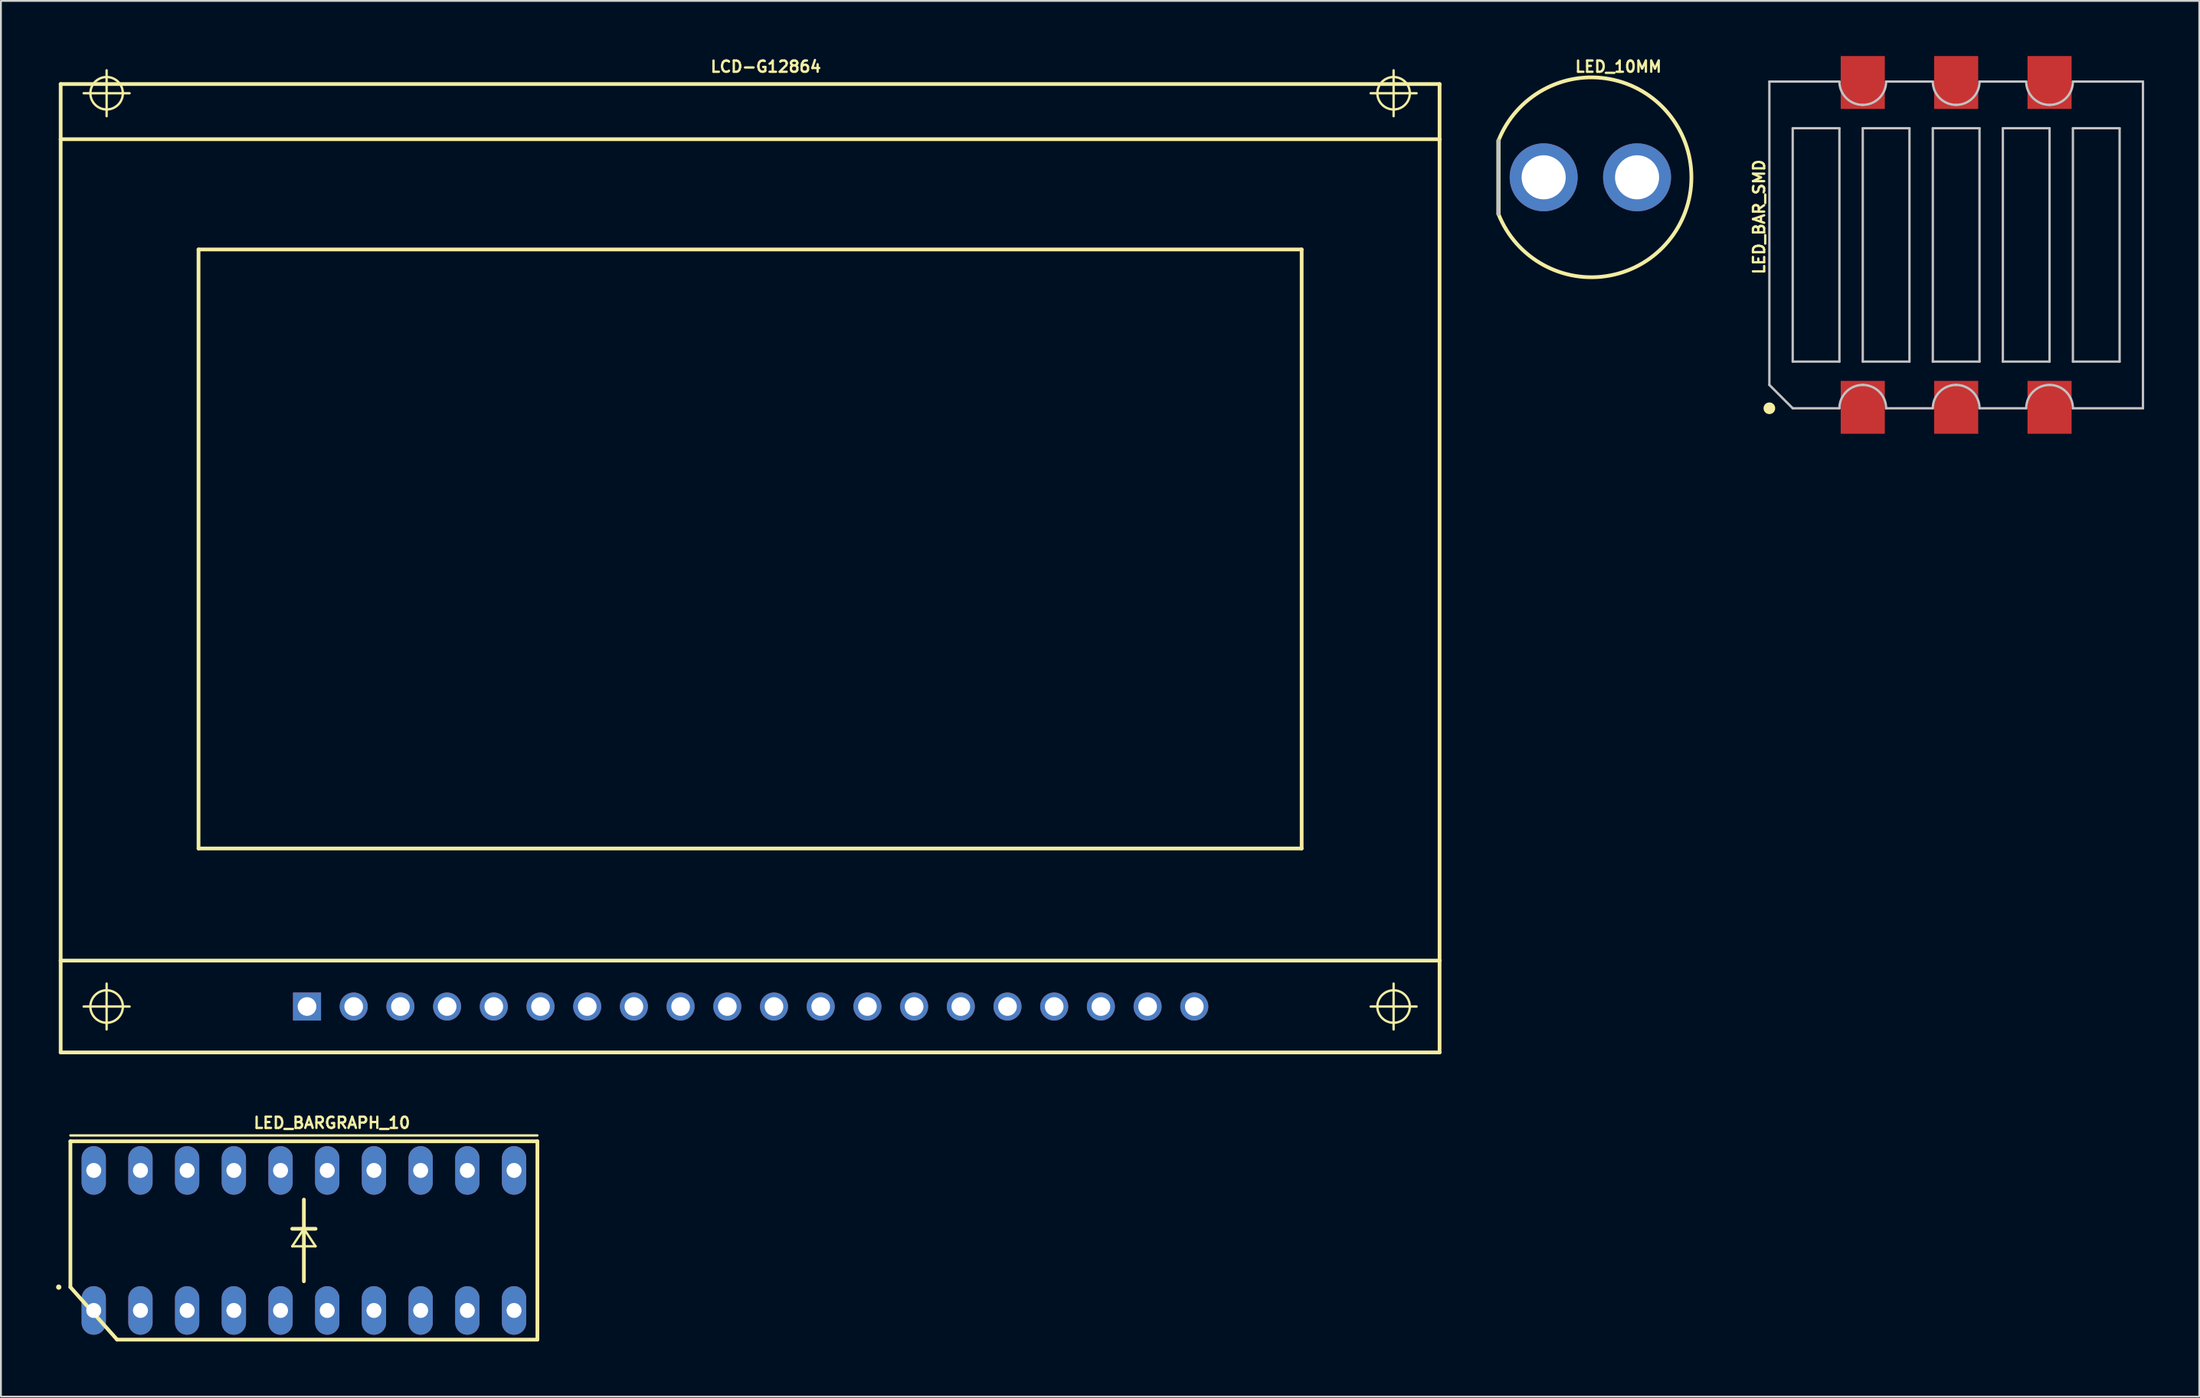
<source format=kicad_pcb>
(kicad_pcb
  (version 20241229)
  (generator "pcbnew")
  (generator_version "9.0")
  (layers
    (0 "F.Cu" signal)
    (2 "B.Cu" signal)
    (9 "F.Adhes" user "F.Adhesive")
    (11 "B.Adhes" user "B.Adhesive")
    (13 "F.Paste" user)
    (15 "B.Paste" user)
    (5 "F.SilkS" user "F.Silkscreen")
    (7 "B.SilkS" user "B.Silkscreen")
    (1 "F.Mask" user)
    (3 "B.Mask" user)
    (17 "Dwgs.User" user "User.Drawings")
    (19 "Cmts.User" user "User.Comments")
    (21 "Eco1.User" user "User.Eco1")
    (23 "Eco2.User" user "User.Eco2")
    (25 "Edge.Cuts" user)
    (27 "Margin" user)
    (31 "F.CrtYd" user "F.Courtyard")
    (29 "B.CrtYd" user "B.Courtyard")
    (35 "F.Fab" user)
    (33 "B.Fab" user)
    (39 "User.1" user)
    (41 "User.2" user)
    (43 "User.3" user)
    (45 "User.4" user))
  (footprint "LED_10MM"
    (layer "F.Cu")
    (at 83.451 6.599)
    (property "Reference" "LED_10MM" (at 1.524 -6.02 0) (layer "F.SilkS") (effects (font (size 0.61 0.61) (thickness 0.127))))
    (attr exclude_from_pos_files exclude_from_bom)
    (fp_line (start -4.999 -1.999) (end -4.999 1.999) (stroke (width 0.203) (type solid)) (layer "F.SilkS"))
    (fp_line (start -4.999 -1.999) (end -4.999 1.999) (stroke (width 0.203) (type solid)) (layer "F.SilkS"))
    (fp_arc (start -4.99872 -1.99898) (mid 5.496303 -0.003053) (end -4.996472 2.004657) (stroke (width 0.2032) (type solid)) (layer "F.SilkS"))
    (fp_line (start -4.999 -1.999) (end -4.999 1.999) (stroke (width 0.203) (type solid)) (layer "Dwgs.User"))
    (pad "A" thru_hole circle (at 2.54 0) (size 3.698 3.698) (drill 2.398) (layers "*.Cu" "*.Paste" "*.Mask"))
    (pad "C" thru_hole circle (at -2.54 0) (size 3.698 3.698) (drill 2.398) (layers "*.Cu" "*.Paste" "*.Mask")))
  (footprint "LCD-G12864"
    (layer "F.Cu")
    (at 0.25 54.224)
    (property "Reference" "LCD-G12864" (at 38.354 -53.645 0) (layer "F.SilkS") (effects (font (size 0.61 0.61) (thickness 0.127))))
    (attr exclude_from_pos_files exclude_from_bom)
    (fp_line (start 0 -52.7) (end 74.999 -52.7) (stroke (width 0.203) (type solid)) (layer "F.SilkS"))
    (fp_line (start 0 -49.698) (end 0 -52.7) (stroke (width 0.203) (type solid)) (layer "F.SilkS"))
    (fp_line (start 0 -49.698) (end 74.999 -49.698) (stroke (width 0.203) (type solid)) (layer "F.SilkS"))
    (fp_line (start 0 -4.999) (end 0 -49.698) (stroke (width 0.203) (type solid)) (layer "F.SilkS"))
    (fp_line (start 0 0) (end 0 -4.999) (stroke (width 0.203) (type solid)) (layer "F.SilkS"))
    (fp_line (start 1.25 -52.2) (end 3.749 -52.2) (stroke (width 0.127) (type solid)) (layer "F.SilkS"))
    (fp_line (start 1.25 -2.499) (end 3.749 -2.499) (stroke (width 0.127) (type solid)) (layer "F.SilkS"))
    (fp_line (start 2.499 -50.95) (end 2.499 -53.449) (stroke (width 0.127) (type solid)) (layer "F.SilkS"))
    (fp_line (start 2.499 -1.25) (end 2.499 -3.749) (stroke (width 0.127) (type solid)) (layer "F.SilkS"))
    (fp_line (start 7.498 -43.698) (end 67.498 -43.698) (stroke (width 0.203) (type solid)) (layer "F.SilkS"))
    (fp_line (start 7.498 -11.1) (end 7.498 -43.698) (stroke (width 0.203) (type solid)) (layer "F.SilkS"))
    (fp_line (start 67.498 -43.698) (end 67.498 -11.1) (stroke (width 0.203) (type solid)) (layer "F.SilkS"))
    (fp_line (start 67.498 -11.1) (end 7.498 -11.1) (stroke (width 0.203) (type solid)) (layer "F.SilkS"))
    (fp_line (start 71.25 -52.2) (end 73.749 -52.2) (stroke (width 0.127) (type solid)) (layer "F.SilkS"))
    (fp_line (start 71.25 -2.499) (end 73.749 -2.499) (stroke (width 0.127) (type solid)) (layer "F.SilkS"))
    (fp_line (start 72.499 -50.95) (end 72.499 -53.449) (stroke (width 0.127) (type solid)) (layer "F.SilkS"))
    (fp_line (start 72.499 -1.25) (end 72.499 -3.749) (stroke (width 0.127) (type solid)) (layer "F.SilkS"))
    (fp_line (start 74.999 -52.7) (end 74.999 -49.698) (stroke (width 0.203) (type solid)) (layer "F.SilkS"))
    (fp_line (start 74.999 -49.698) (end 74.999 -4.999) (stroke (width 0.203) (type solid)) (layer "F.SilkS"))
    (fp_line (start 74.999 -4.999) (end 0 -4.999) (stroke (width 0.203) (type solid)) (layer "F.SilkS"))
    (fp_line (start 74.999 -4.999) (end 74.999 0) (stroke (width 0.203) (type solid)) (layer "F.SilkS"))
    (fp_line (start 74.999 0) (end 0 0) (stroke (width 0.203) (type solid)) (layer "F.SilkS"))
    (fp_circle (center 2.499 -52.2) (end 3.124 -52.824) (stroke (width 0.127) (type solid)) (fill no) (layer "F.SilkS"))
    (fp_circle (center 2.499 -2.499) (end 3.124 -3.124) (stroke (width 0.127) (type solid)) (fill no) (layer "F.SilkS"))
    (fp_circle (center 72.499 -52.2) (end 73.124 -52.824) (stroke (width 0.127) (type solid)) (fill no) (layer "F.SilkS"))
    (fp_circle (center 72.499 -2.499) (end 73.124 -3.124) (stroke (width 0.127) (type solid)) (fill no) (layer "F.SilkS"))
    (pad "1" thru_hole rect (at 13.399 -2.499) (size 1.524 1.524) (drill 1.016) (layers "*.Cu" "*.Paste" "*.Mask"))
    (pad "2" thru_hole circle (at 15.938 -2.499) (size 1.524 1.524) (drill 1.016) (layers "*.Cu" "*.Paste" "*.Mask"))
    (pad "3" thru_hole circle (at 18.479 -2.499) (size 1.524 1.524) (drill 1.016) (layers "*.Cu" "*.Paste" "*.Mask"))
    (pad "4" thru_hole circle (at 21.018 -2.499) (size 1.524 1.524) (drill 1.016) (layers "*.Cu" "*.Paste" "*.Mask"))
    (pad "5" thru_hole circle (at 23.558 -2.499) (size 1.524 1.524) (drill 1.016) (layers "*.Cu" "*.Paste" "*.Mask"))
    (pad "6" thru_hole circle (at 26.099 -2.499) (size 1.524 1.524) (drill 1.016) (layers "*.Cu" "*.Paste" "*.Mask"))
    (pad "7" thru_hole circle (at 28.639 -2.499) (size 1.524 1.524) (drill 1.016) (layers "*.Cu" "*.Paste" "*.Mask"))
    (pad "8" thru_hole circle (at 31.178 -2.499) (size 1.524 1.524) (drill 1.016) (layers "*.Cu" "*.Paste" "*.Mask"))
    (pad "9" thru_hole circle (at 33.718 -2.499) (size 1.524 1.524) (drill 1.016) (layers "*.Cu" "*.Paste" "*.Mask"))
    (pad "10" thru_hole circle (at 36.258 -2.499) (size 1.524 1.524) (drill 1.016) (layers "*.Cu" "*.Paste" "*.Mask"))
    (pad "11" thru_hole circle (at 38.798 -2.499) (size 1.524 1.524) (drill 1.016) (layers "*.Cu" "*.Paste" "*.Mask"))
    (pad "12" thru_hole circle (at 41.339 -2.499) (size 1.524 1.524) (drill 1.016) (layers "*.Cu" "*.Paste" "*.Mask"))
    (pad "13" thru_hole circle (at 43.879 -2.499) (size 1.524 1.524) (drill 1.016) (layers "*.Cu" "*.Paste" "*.Mask"))
    (pad "14" thru_hole circle (at 46.419 -2.499) (size 1.524 1.524) (drill 1.016) (layers "*.Cu" "*.Paste" "*.Mask"))
    (pad "15" thru_hole circle (at 48.959 -2.499) (size 1.524 1.524) (drill 1.016) (layers "*.Cu" "*.Paste" "*.Mask"))
    (pad "16" thru_hole circle (at 51.498 -2.499) (size 1.524 1.524) (drill 1.016) (layers "*.Cu" "*.Paste" "*.Mask"))
    (pad "17" thru_hole circle (at 54.038 -2.499) (size 1.524 1.524) (drill 1.016) (layers "*.Cu" "*.Paste" "*.Mask"))
    (pad "18" thru_hole circle (at 56.578 -2.499) (size 1.524 1.524) (drill 1.016) (layers "*.Cu" "*.Paste" "*.Mask"))
    (pad "19" thru_hole circle (at 59.118 -2.499) (size 1.524 1.524) (drill 1.016) (layers "*.Cu" "*.Paste" "*.Mask"))
    (pad "20" thru_hole circle (at 61.658 -2.499) (size 1.524 1.524) (drill 1.016) (layers "*.Cu" "*.Paste" "*.Mask")))
  (footprint "LED_BARGRAPH_10"
    (layer "F.Cu")
    (at 13.479 64.455)
    (property "Reference" "LED_BARGRAPH_10" (at 1.524 -6.401 0) (layer "F.SilkS") (effects (font (size 0.61 0.61) (thickness 0.127))))
    (attr exclude_from_pos_files exclude_from_bom)
    (fp_line (start -12.7 -5.715) (end 12.7 -5.715) (stroke (width 0.127) (type solid)) (layer "F.SilkS"))
    (fp_line (start -12.7 2.54) (end -12.7 -5.397) (stroke (width 0.203) (type solid)) (layer "F.SilkS"))
    (fp_line (start -10.16 5.397) (end -12.7 2.54) (stroke (width 0.203) (type solid)) (layer "F.SilkS"))
    (fp_line (start -10.16 5.397) (end 12.7 5.397) (stroke (width 0.203) (type solid)) (layer "F.SilkS"))
    (fp_line (start -0.635 -0.635) (end 0.635 -0.635) (stroke (width 0.203) (type solid)) (layer "F.SilkS"))
    (fp_line (start -0.635 0.318) (end 0.635 0.318) (stroke (width 0.127) (type solid)) (layer "F.SilkS"))
    (fp_line (start 0 -0.635) (end -0.635 0.318) (stroke (width 0.127) (type solid)) (layer "F.SilkS"))
    (fp_line (start 0 2.223) (end 0 -2.223) (stroke (width 0.203) (type solid)) (layer "F.SilkS"))
    (fp_line (start 0.635 0.318) (end 0 -0.635) (stroke (width 0.127) (type solid)) (layer "F.SilkS"))
    (fp_line (start 12.7 -5.397) (end -12.7 -5.397) (stroke (width 0.203) (type solid)) (layer "F.SilkS"))
    (fp_line (start 12.7 -5.397) (end 12.7 5.397) (stroke (width 0.203) (type solid)) (layer "F.SilkS"))
    (fp_circle (center -13.335 2.54) (end -13.437 2.642) (stroke (width 0) (type solid)) (fill yes) (layer "F.SilkS"))
    (pad "1" thru_hole oval (at -11.43 3.81 180) (size 1.321 2.642) (drill 0.813) (layers "*.Cu" "*.Paste" "*.Mask"))
    (pad "2" thru_hole oval (at -8.89 3.81 180) (size 1.321 2.642) (drill 0.813) (layers "*.Cu" "*.Paste" "*.Mask"))
    (pad "3" thru_hole oval (at -6.35 3.81 180) (size 1.321 2.642) (drill 0.813) (layers "*.Cu" "*.Paste" "*.Mask"))
    (pad "4" thru_hole oval (at -3.81 3.81 180) (size 1.321 2.642) (drill 0.813) (layers "*.Cu" "*.Paste" "*.Mask"))
    (pad "5" thru_hole oval (at -1.27 3.81 180) (size 1.321 2.642) (drill 0.813) (layers "*.Cu" "*.Paste" "*.Mask"))
    (pad "6" thru_hole oval (at 1.27 3.81 180) (size 1.321 2.642) (drill 0.813) (layers "*.Cu" "*.Paste" "*.Mask"))
    (pad "7" thru_hole oval (at 3.81 3.81 180) (size 1.321 2.642) (drill 0.813) (layers "*.Cu" "*.Paste" "*.Mask"))
    (pad "8" thru_hole oval (at 6.35 3.81 180) (size 1.321 2.642) (drill 0.813) (layers "*.Cu" "*.Paste" "*.Mask"))
    (pad "9" thru_hole oval (at 8.89 3.81 180) (size 1.321 2.642) (drill 0.813) (layers "*.Cu" "*.Paste" "*.Mask"))
    (pad "10" thru_hole oval (at 11.43 3.81 180) (size 1.321 2.642) (drill 0.813) (layers "*.Cu" "*.Paste" "*.Mask"))
    (pad "11" thru_hole oval (at 11.43 -3.81 180) (size 1.321 2.642) (drill 0.813) (layers "*.Cu" "*.Paste" "*.Mask"))
    (pad "12" thru_hole oval (at 8.89 -3.81 180) (size 1.321 2.642) (drill 0.813) (layers "*.Cu" "*.Paste" "*.Mask"))
    (pad "13" thru_hole oval (at 6.35 -3.81 180) (size 1.321 2.642) (drill 0.813) (layers "*.Cu" "*.Paste" "*.Mask"))
    (pad "14" thru_hole oval (at 3.81 -3.81 180) (size 1.321 2.642) (drill 0.813) (layers "*.Cu" "*.Paste" "*.Mask"))
    (pad "15" thru_hole oval (at 1.27 -3.81 180) (size 1.321 2.642) (drill 0.813) (layers "*.Cu" "*.Paste" "*.Mask"))
    (pad "16" thru_hole oval (at -1.27 -3.81 180) (size 1.321 2.642) (drill 0.813) (layers "*.Cu" "*.Paste" "*.Mask"))
    (pad "17" thru_hole oval (at -3.81 -3.81 180) (size 1.321 2.642) (drill 0.813) (layers "*.Cu" "*.Paste" "*.Mask"))
    (pad "18" thru_hole oval (at -6.35 -3.81 180) (size 1.321 2.642) (drill 0.813) (layers "*.Cu" "*.Paste" "*.Mask"))
    (pad "19" thru_hole oval (at -8.89 -3.81 180) (size 1.321 2.642) (drill 0.813) (layers "*.Cu" "*.Paste" "*.Mask"))
    (pad "20" thru_hole oval (at -11.43 -3.81 180) (size 1.321 2.642) (drill 0.813) (layers "*.Cu" "*.Paste" "*.Mask")))
  (footprint "LED_BAR_SMD"
    (layer "F.Cu")
    (at 103.347 10.278)
    (property "Reference" "LED_BAR_SMD" (at -10.719 -1.524 90) (layer "F.SilkS") (effects (font (size 0.61 0.61) (thickness 0.127))))
    (attr smd)
    (fp_circle (center -10.16 8.89) (end -10.384 9.114) (stroke (width 0) (type solid)) (fill yes) (layer "F.SilkS"))
    (fp_line (start -10.16 -8.89) (end -6.35 -8.89) (stroke (width 0.127) (type solid)) (layer "Dwgs.User"))
    (fp_line (start -10.16 7.62) (end -10.16 -8.89) (stroke (width 0.127) (type solid)) (layer "Dwgs.User"))
    (fp_line (start -10.16 7.62) (end -8.89 8.89) (stroke (width 0.127) (type solid)) (layer "Dwgs.User"))
    (fp_line (start -8.89 -6.35) (end -6.35 -6.35) (stroke (width 0.127) (type solid)) (layer "Dwgs.User"))
    (fp_line (start -8.89 6.35) (end -8.89 -6.35) (stroke (width 0.127) (type solid)) (layer "Dwgs.User"))
    (fp_line (start -8.89 8.89) (end -6.35 8.89) (stroke (width 0.127) (type solid)) (layer "Dwgs.User"))
    (fp_line (start -6.35 -6.35) (end -6.35 6.35) (stroke (width 0.127) (type solid)) (layer "Dwgs.User"))
    (fp_line (start -6.35 6.35) (end -8.89 6.35) (stroke (width 0.127) (type solid)) (layer "Dwgs.User"))
    (fp_line (start -5.08 -6.35) (end -2.54 -6.35) (stroke (width 0.127) (type solid)) (layer "Dwgs.User"))
    (fp_line (start -5.08 6.35) (end -5.08 -6.35) (stroke (width 0.127) (type solid)) (layer "Dwgs.User"))
    (fp_line (start -3.81 -8.89) (end -1.27 -8.89) (stroke (width 0.127) (type solid)) (layer "Dwgs.User"))
    (fp_line (start -3.81 8.89) (end -1.27 8.89) (stroke (width 0.127) (type solid)) (layer "Dwgs.User"))
    (fp_line (start -2.54 -6.35) (end -2.54 6.35) (stroke (width 0.127) (type solid)) (layer "Dwgs.User"))
    (fp_line (start -2.54 6.35) (end -5.08 6.35) (stroke (width 0.127) (type solid)) (layer "Dwgs.User"))
    (fp_line (start -1.27 -6.35) (end 1.27 -6.35) (stroke (width 0.127) (type solid)) (layer "Dwgs.User"))
    (fp_line (start -1.27 6.35) (end -1.27 -6.35) (stroke (width 0.127) (type solid)) (layer "Dwgs.User"))
    (fp_line (start 1.27 -8.89) (end 3.81 -8.89) (stroke (width 0.127) (type solid)) (layer "Dwgs.User"))
    (fp_line (start 1.27 -6.35) (end 1.27 6.35) (stroke (width 0.127) (type solid)) (layer "Dwgs.User"))
    (fp_line (start 1.27 6.35) (end -1.27 6.35) (stroke (width 0.127) (type solid)) (layer "Dwgs.User"))
    (fp_line (start 1.27 8.89) (end 3.81 8.89) (stroke (width 0.127) (type solid)) (layer "Dwgs.User"))
    (fp_line (start 2.54 -6.35) (end 5.08 -6.35) (stroke (width 0.127) (type solid)) (layer "Dwgs.User"))
    (fp_line (start 2.54 6.35) (end 2.54 -6.35) (stroke (width 0.127) (type solid)) (layer "Dwgs.User"))
    (fp_line (start 5.08 -6.35) (end 5.08 6.35) (stroke (width 0.127) (type solid)) (layer "Dwgs.User"))
    (fp_line (start 5.08 6.35) (end 2.54 6.35) (stroke (width 0.127) (type solid)) (layer "Dwgs.User"))
    (fp_line (start 6.35 -8.89) (end 10.16 -8.89) (stroke (width 0.127) (type solid)) (layer "Dwgs.User"))
    (fp_line (start 6.35 -6.35) (end 8.89 -6.35) (stroke (width 0.127) (type solid)) (layer "Dwgs.User"))
    (fp_line (start 6.35 6.35) (end 6.35 -6.35) (stroke (width 0.127) (type solid)) (layer "Dwgs.User"))
    (fp_line (start 6.35 8.89) (end 10.16 8.89) (stroke (width 0.127) (type solid)) (layer "Dwgs.User"))
    (fp_line (start 8.89 -6.35) (end 8.89 6.35) (stroke (width 0.127) (type solid)) (layer "Dwgs.User"))
    (fp_line (start 8.89 6.35) (end 6.35 6.35) (stroke (width 0.127) (type solid)) (layer "Dwgs.User"))
    (fp_line (start 10.16 -8.89) (end 10.16 8.89) (stroke (width 0.127) (type solid)) (layer "Dwgs.User"))
    (fp_arc (start -6.35 8.89) (mid -5.978026 7.991974) (end -5.08 7.62) (stroke (width 0.127) (type solid)) (layer "Dwgs.User"))
    (fp_arc (start -5.08 -7.62) (mid -5.978026 -7.991974) (end -6.35 -8.89) (stroke (width 0.127) (type solid)) (layer "Dwgs.User"))
    (fp_arc (start -5.08 7.62) (mid -4.181974 7.991974) (end -3.81 8.89) (stroke (width 0.127) (type solid)) (layer "Dwgs.User"))
    (fp_arc (start -3.81 -8.89) (mid -4.181974 -7.991974) (end -5.08 -7.62) (stroke (width 0.127) (type solid)) (layer "Dwgs.User"))
    (fp_arc (start -1.27 8.89) (mid -0.898026 7.991974) (end 0 7.62) (stroke (width 0.127) (type solid)) (layer "Dwgs.User"))
    (fp_arc (start 0 -7.62) (mid -0.898026 -7.991974) (end -1.27 -8.89) (stroke (width 0.127) (type solid)) (layer "Dwgs.User"))
    (fp_arc (start 0 7.62) (mid 0.898026 7.991974) (end 1.27 8.89) (stroke (width 0.127) (type solid)) (layer "Dwgs.User"))
    (fp_arc (start 1.27 -8.89) (mid 0.898026 -7.991974) (end 0 -7.62) (stroke (width 0.127) (type solid)) (layer "Dwgs.User"))
    (fp_arc (start 3.81 8.89) (mid 4.181974 7.991974) (end 5.08 7.62) (stroke (width 0.127) (type solid)) (layer "Dwgs.User"))
    (fp_arc (start 5.08 -7.62) (mid 4.181974 -7.991974) (end 3.81 -8.89) (stroke (width 0.127) (type solid)) (layer "Dwgs.User"))
    (fp_arc (start 5.08 7.62) (mid 5.978026 7.991974) (end 6.35 8.89) (stroke (width 0.127) (type solid)) (layer "Dwgs.User"))
    (fp_arc (start 6.35 -8.89) (mid 5.978026 -7.991974) (end 5.08 -7.62) (stroke (width 0.127) (type solid)) (layer "Dwgs.User"))
    (pad "1" smd rect (at -5.08 8.839 90) (size 2.878 2.398) (layers "F.Cu" "F.Mask" "F.Paste"))
    (pad "2" smd rect (at 0 8.839 90) (size 2.878 2.398) (layers "F.Cu" "F.Mask" "F.Paste"))
    (pad "3" smd rect (at 5.08 8.839 90) (size 2.878 2.398) (layers "F.Cu" "F.Mask" "F.Paste"))
    (pad "4" smd rect (at 5.08 -8.839 90) (size 2.878 2.398) (layers "F.Cu" "F.Mask" "F.Paste"))
    (pad "5" smd rect (at 0 -8.839 90) (size 2.878 2.398) (layers "F.Cu" "F.Mask" "F.Paste"))
    (pad "6" smd rect (at -5.08 -8.839 90) (size 2.878 2.398) (layers "F.Cu" "F.Mask" "F.Paste")))
  (gr_rect
    (start -3 -3)
    (end 116.57 72.954)
    (stroke (width 0.1) (type default))
    (fill no)
    (layer "Edge.Cuts")))
</source>
